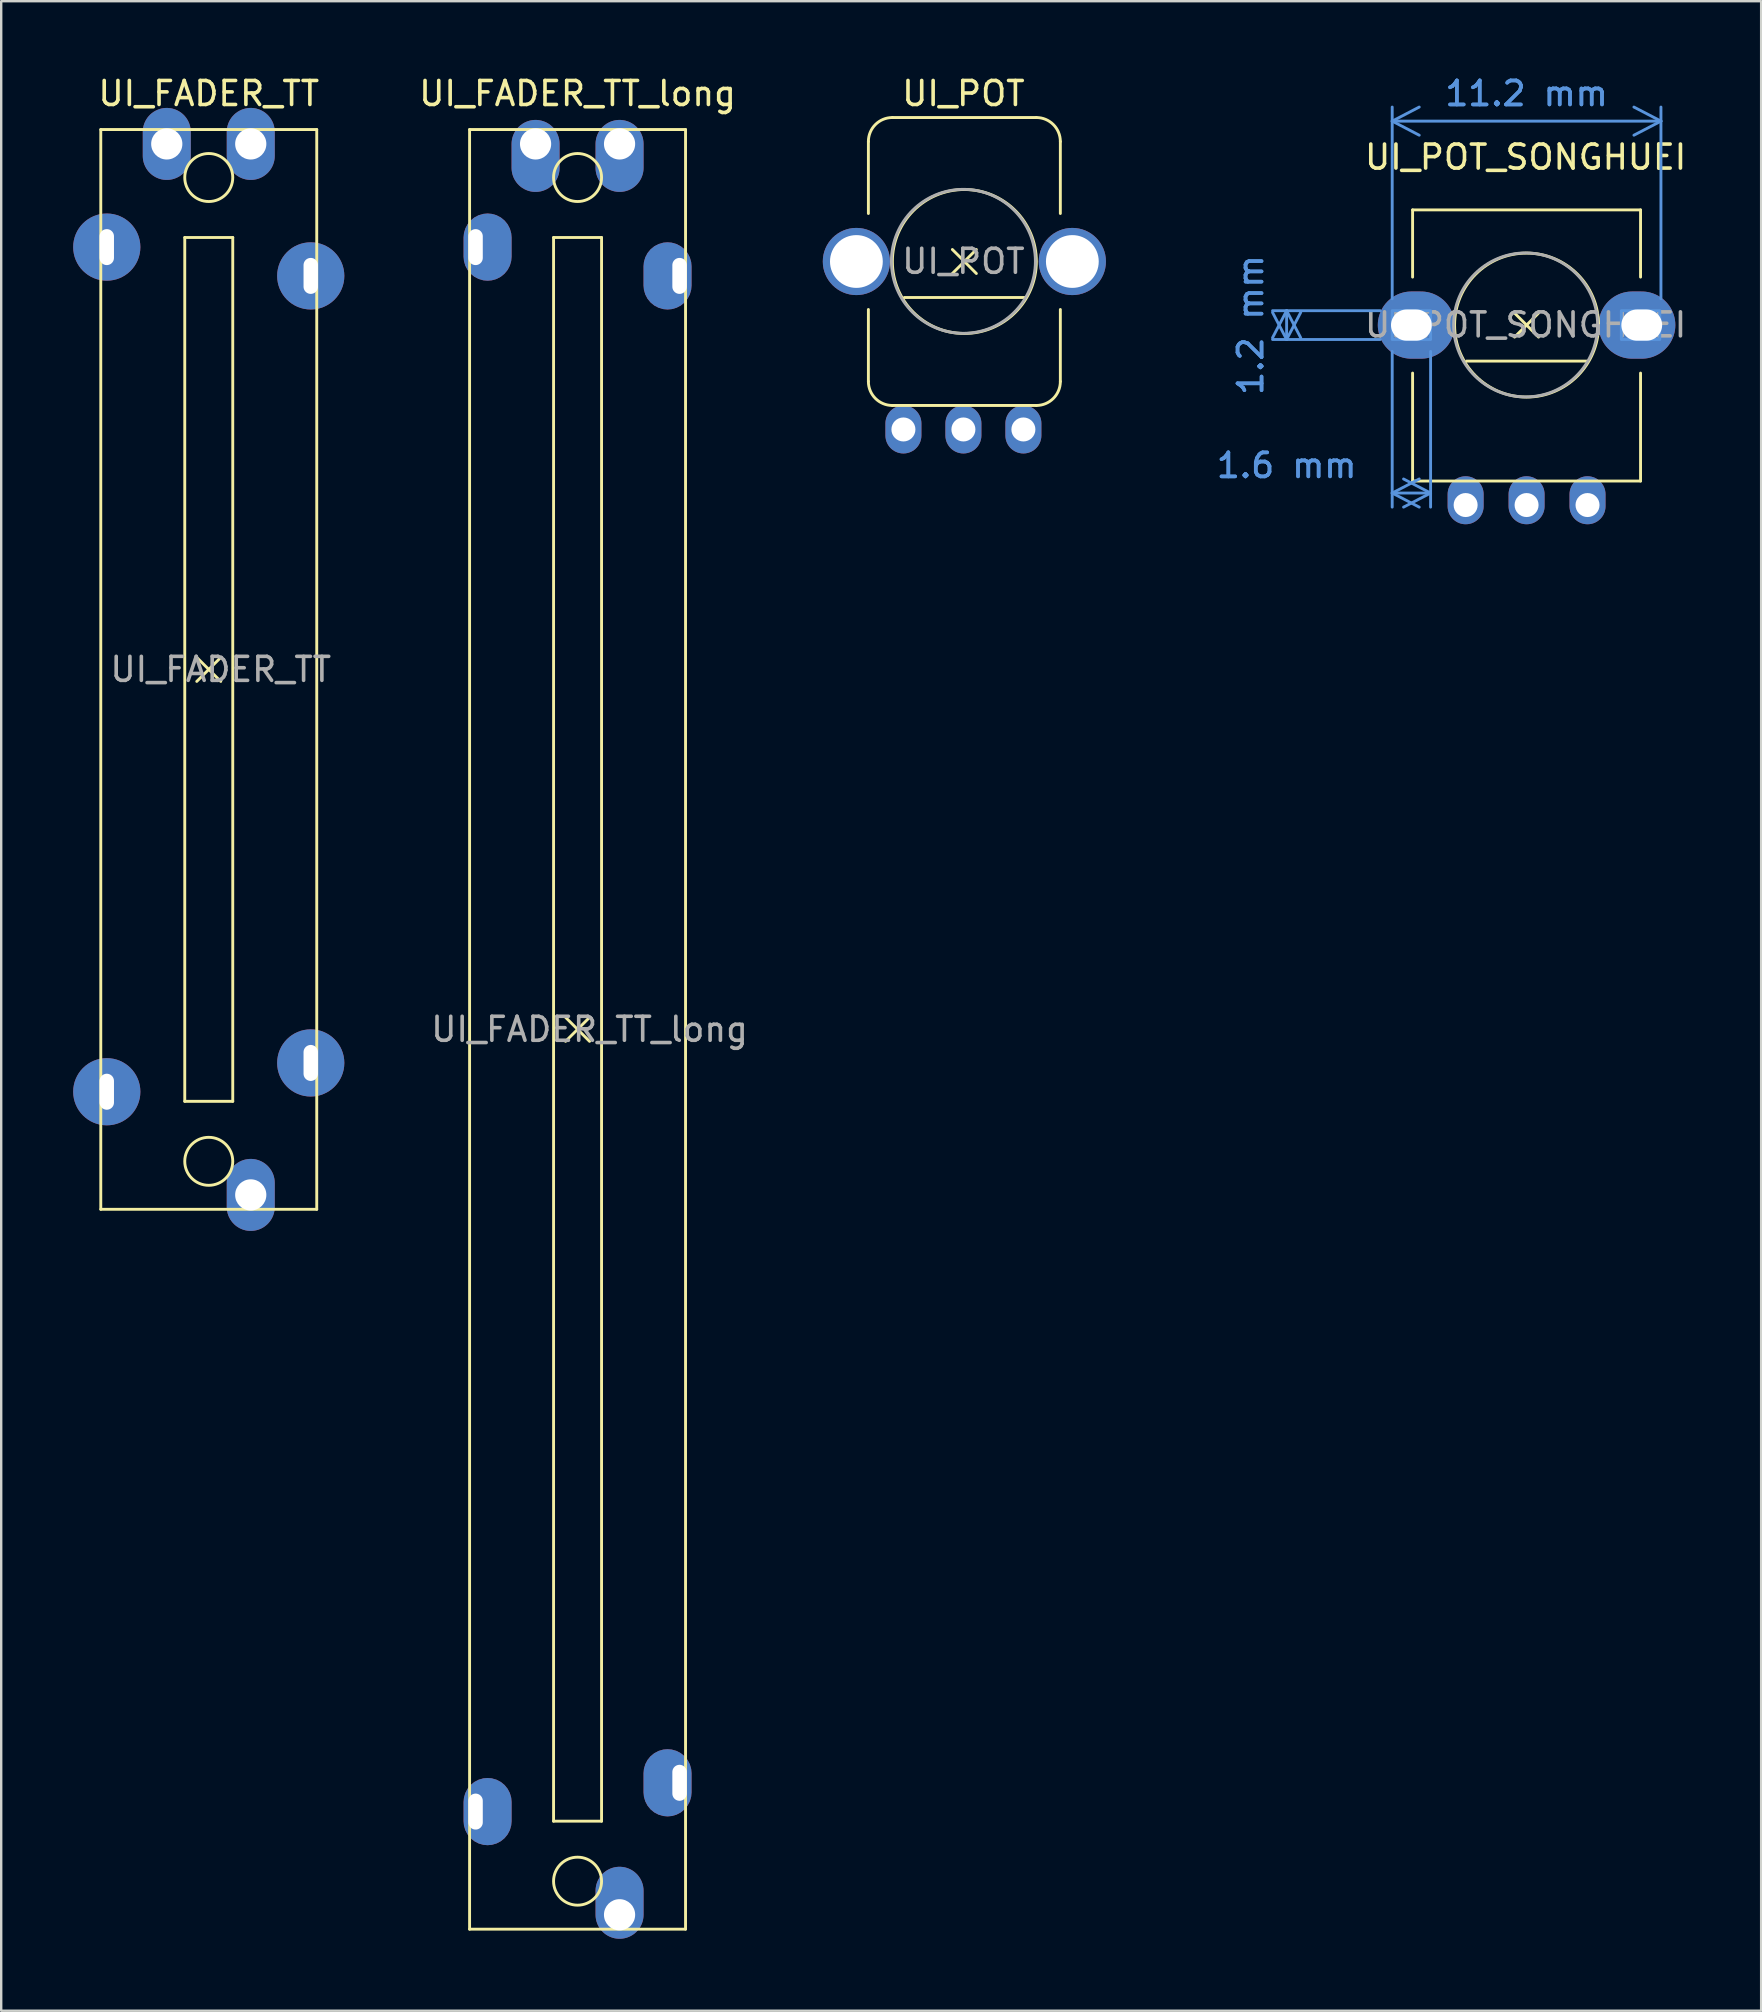
<source format=kicad_pcb>
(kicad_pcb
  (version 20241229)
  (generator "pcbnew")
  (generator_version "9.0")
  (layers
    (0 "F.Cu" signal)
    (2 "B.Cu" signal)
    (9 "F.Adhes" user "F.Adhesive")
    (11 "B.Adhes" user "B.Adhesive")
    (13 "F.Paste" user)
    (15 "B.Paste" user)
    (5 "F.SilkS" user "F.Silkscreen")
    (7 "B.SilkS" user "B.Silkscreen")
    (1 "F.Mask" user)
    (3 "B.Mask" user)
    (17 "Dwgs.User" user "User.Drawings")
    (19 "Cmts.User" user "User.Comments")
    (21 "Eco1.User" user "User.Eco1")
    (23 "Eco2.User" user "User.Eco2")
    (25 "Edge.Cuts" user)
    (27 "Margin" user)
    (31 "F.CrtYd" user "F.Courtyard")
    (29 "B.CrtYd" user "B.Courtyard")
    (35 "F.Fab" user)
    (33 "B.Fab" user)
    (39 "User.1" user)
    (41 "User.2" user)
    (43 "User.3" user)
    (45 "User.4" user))
  (footprint "UI_POT"
    (layer "F.Cu")
    (at 37.14 7.848)
    (property "Reference" "UI_POT" (at -0.04 -7 0) (layer "F.SilkS") (effects (font (size 1 1) (thickness 0.15))))
    (attr through_hole)
    (fp_line (start -4 -5) (end -4 -2) (stroke (width 0.12) (type solid)) (layer "F.SilkS"))
    (fp_line (start -4 2) (end -4 5) (stroke (width 0.12) (type solid)) (layer "F.SilkS"))
    (fp_line (start -3 -6) (end 3 -6) (stroke (width 0.12) (type solid)) (layer "F.SilkS"))
    (fp_line (start -3 6) (end 3 6) (stroke (width 0.12) (type solid)) (layer "F.SilkS"))
    (fp_line (start -2.5 1.5) (end 2.5 1.5) (stroke (width 0.12) (type solid)) (layer "F.SilkS"))
    (fp_line (start -0.5 -0.5) (end 0.5 0.5) (stroke (width 0.12) (type solid)) (layer "F.SilkS"))
    (fp_line (start -0.5 0.5) (end 0.5 -0.5) (stroke (width 0.12) (type solid)) (layer "F.SilkS"))
    (fp_line (start 4 -2) (end 4 -5) (stroke (width 0.12) (type solid)) (layer "F.SilkS"))
    (fp_line (start 4 5) (end 4 2) (stroke (width 0.12) (type solid)) (layer "F.SilkS"))
    (fp_arc (start -4 -5) (mid -3.707107 -5.707107) (end -3 -6) (stroke (width 0.12) (type solid)) (layer "F.SilkS"))
    (fp_arc (start -3 6) (mid -3.707107 5.707107) (end -4 5) (stroke (width 0.12) (type solid)) (layer "F.SilkS"))
    (fp_arc (start 3 -6) (mid 3.707107 -5.707107) (end 4 -5) (stroke (width 0.12) (type solid)) (layer "F.SilkS"))
    (fp_arc (start 4 5) (mid 3.707107 5.707107) (end 3 6) (stroke (width 0.12) (type solid)) (layer "F.SilkS"))
    (fp_circle (center 0 0) (end 0 -3) (stroke (width 0.12) (type solid)) (fill no) (layer "F.SilkS"))
    (fp_circle (center -0.04 -0.007) (end 2.96 -0.007) (stroke (width 0.12) (type solid)) (fill no) (layer "F.Fab"))
    (fp_text user "${REFERENCE}" (at -0.04 -0.007 0) (layer "F.Fab") (effects (font (size 1 1) (thickness 0.15))))
    (pad "1" thru_hole oval (at -2.54 7) (size 1.5 2) (drill 1) (layers "*.Cu" "*.Mask"))
    (pad "2" thru_hole oval (at -0.04 7) (size 1.5 2) (drill 1) (layers "*.Cu" "*.Mask"))
    (pad "3" thru_hole oval (at 2.46 7) (size 1.5 2) (drill 1) (layers "*.Cu" "*.Mask"))
    (pad "4" thru_hole circle (at -4.5 0) (size 2.8 2.8) (drill 2.2) (layers "*.Cu" "*.Mask"))
    (pad "5" thru_hole circle (at 4.5 0) (size 2.8 2.8) (drill 2.2) (layers "*.Cu" "*.Mask")))
  (footprint "UI_POT_SONGHUEI"
    (layer "F.Cu")
    (at 60.57 10.498)
    (property "Reference" "UI_POT_SONGHUEI" (at -0.04 -7 0) (layer "F.SilkS") (effects (font (size 1 1) (thickness 0.15))))
    (attr through_hole)
    (fp_line (start -4.75 -4.8) (end -4.75 -2) (stroke (width 0.12) (type solid)) (layer "F.SilkS"))
    (fp_line (start -4.75 -4.8) (end 4.75 -4.8) (stroke (width 0.12) (type solid)) (layer "F.SilkS"))
    (fp_line (start -4.75 2) (end -4.75 6.5) (stroke (width 0.12) (type solid)) (layer "F.SilkS"))
    (fp_line (start -4.75 6.5) (end 4.75 6.5) (stroke (width 0.12) (type solid)) (layer "F.SilkS"))
    (fp_line (start -2.5 1.5) (end 2.5 1.5) (stroke (width 0.12) (type solid)) (layer "F.SilkS"))
    (fp_line (start -0.5 -0.5) (end 0.5 0.5) (stroke (width 0.12) (type solid)) (layer "F.SilkS"))
    (fp_line (start -0.5 0.5) (end 0.5 -0.5) (stroke (width 0.12) (type solid)) (layer "F.SilkS"))
    (fp_line (start 4.75 -4.8) (end 4.75 -2) (stroke (width 0.12) (type solid)) (layer "F.SilkS"))
    (fp_line (start 4.75 6.5) (end 4.75 2) (stroke (width 0.12) (type solid)) (layer "F.SilkS"))
    (fp_circle (center 0 0) (end 0 -3) (stroke (width 0.12) (type solid)) (fill no) (layer "F.SilkS"))
    (fp_rect (start -5.6 -0.6) (end -4 0.6) (stroke (width 0.12) (type default)) (fill no) (layer "Cmts.User"))
    (fp_rect (start 3.95 -0.6) (end 5.55 0.6) (stroke (width 0.12) (type default)) (fill no) (layer "Cmts.User"))
    (fp_circle (center -0.04 -0.007) (end 2.96 -0.007) (stroke (width 0.12) (type solid)) (fill no) (layer "F.Fab"))
    (fp_text user "${REFERENCE}" (at -0.04 -0.007 0) (layer "F.Fab") (effects (font (size 1 1) (thickness 0.15))))
    (dimension (type aligned) (layer "Cmts.User") (pts (xy 54.97 11.098) (xy 54.97 9.898)) (height -4.4) (format (prefix "") (suffix "") (units 3) (units_format 1) (precision 3) (suppress_zeroes yes)) (style (thickness 0.12) (arrow_length 1.27) (text_position_mode 2) (arrow_direction outward) (extension_height 0.586) (extension_offset 0.5) (keep_text_aligned yes)) (gr_text "1.2 mm" (at 49.07 10.498 90) (layer "Cmts.User") (effects (font (size 1 1) (thickness 0.15)))))
    (dimension (type aligned) (layer "Cmts.User") (pts (xy 54.97 11.098) (xy 56.57 11.098)) (height 6.4) (format (prefix "") (suffix "") (units 3) (units_format 1) (precision 4) (suppress_zeroes yes)) (style (thickness 0.12) (arrow_length 1.27) (text_position_mode 2) (arrow_direction outward) (extension_height 0.586) (extension_offset 0.5) (keep_text_aligned yes)) (gr_text "1.6 mm" (at 50.57 16.348 0) (layer "Cmts.User") (effects (font (size 1 1) (thickness 0.15)))))
    (dimension (type aligned) (layer "Cmts.User") (pts (xy 54.97 9.898) (xy 66.17 9.898)) (height -7.9) (format (prefix "") (suffix "") (units 3) (units_format 1) (precision 4) (suppress_zeroes yes)) (style (thickness 0.12) (arrow_length 1.27) (text_position_mode 0) (arrow_direction outward) (extension_height 0.586) (extension_offset 0.5) (keep_text_aligned yes)) (gr_text "11.2 mm" (at 60.57 0.848 0) (layer "Cmts.User") (effects (font (size 1 1) (thickness 0.15)))))
    (pad "1" thru_hole oval (at -2.54 7.5 180) (size 1.5 2) (drill 1 (offset 0 0.2)) (layers "*.Cu" "*.Mask"))
    (pad "2" thru_hole oval (at 0 7.5 180) (size 1.5 2) (drill 1 (offset 0 0.2)) (layers "*.Cu" "*.Mask"))
    (pad "3" thru_hole oval (at 2.54 7.5 180) (size 1.5 2) (drill 1 (offset 0 0.2)) (layers "*.Cu" "*.Mask"))
    (pad "4" thru_hole oval (at -4.8 0) (size 3.2 2.8) (drill oval 1.7 1.3 (offset 0.2 0)) (layers "*.Cu" "*.Mask"))
    (pad "5" thru_hole oval (at 4.8 0 180) (size 3.2 2.8) (drill oval 1.7 1.3 (offset 0.2 0)) (layers "*.Cu" "*.Mask")))
  (footprint "UI_FADER_TT_long"
    (layer "F.Cu")
    (at 21.02 39.848)
    (property "Reference" "UI_FADER_TT_long" (at 0 -39 0) (layer "F.SilkS") (effects (font (size 1 1) (thickness 0.15))))
    (attr through_hole)
    (fp_line (start -4.5 -37.5) (end 4.5 -37.5) (stroke (width 0.12) (type solid)) (layer "F.SilkS"))
    (fp_line (start -4.5 37.5) (end -4.5 -37.5) (stroke (width 0.12) (type solid)) (layer "F.SilkS"))
    (fp_line (start -1 -33) (end 1 -33) (stroke (width 0.12) (type solid)) (layer "F.SilkS"))
    (fp_line (start -1 33) (end -1 -33) (stroke (width 0.12) (type solid)) (layer "F.SilkS"))
    (fp_line (start -0.5 -0.5) (end 0.5 0.5) (stroke (width 0.12) (type solid)) (layer "F.SilkS"))
    (fp_line (start -0.5 0.5) (end 0.5 -0.5) (stroke (width 0.12) (type solid)) (layer "F.SilkS"))
    (fp_line (start 1 -33) (end 1 33) (stroke (width 0.12) (type solid)) (layer "F.SilkS"))
    (fp_line (start 1 33) (end -1 33) (stroke (width 0.12) (type solid)) (layer "F.SilkS"))
    (fp_line (start 4.5 -37.5) (end 4.5 37.5) (stroke (width 0.12) (type solid)) (layer "F.SilkS"))
    (fp_line (start 4.5 37.5) (end -4.5 37.5) (stroke (width 0.12) (type solid)) (layer "F.SilkS"))
    (fp_circle (center 0 -35.5) (end 0 -36.5) (stroke (width 0.12) (type solid)) (fill no) (layer "F.SilkS"))
    (fp_circle (center 0 35.5) (end 0 36.5) (stroke (width 0.12) (type solid)) (fill no) (layer "F.SilkS"))
    (fp_text user "${REFERENCE}" (at 0.5 0 0) (layer "F.Fab") (effects (font (size 1 1) (thickness 0.15))))
    (pad "1" thru_hole oval (at 1.75 -36.9) (size 2 3) (drill 1.3 (offset 0 0.5)) (layers "*.Cu" "*.Mask"))
    (pad "2" thru_hole oval (at -1.75 -36.9) (size 2 3) (drill 1.3 (offset 0 0.5)) (layers "*.Cu" "*.Mask"))
    (pad "3" thru_hole oval (at 1.75 36.9) (size 2 3) (drill 1.3 (offset 0 -0.5)) (layers "*.Cu" "*.Mask"))
    (pad "4" thru_hole roundrect (at 4.25 -31.4) (size 2 2.8) (drill oval 0.6 1.5 (offset -0.5 0)) (layers "*.Cu" "*.Mask") (roundrect_rratio 0.5))
    (pad "5" thru_hole roundrect (at -4.25 -32.6) (size 2 2.8) (drill oval 0.6 1.5 (offset 0.5 0)) (layers "*.Cu" "*.Mask") (roundrect_rratio 0.5))
    (pad "6" thru_hole roundrect (at 4.25 31.4) (size 2 2.8) (drill oval 0.6 1.5 (offset -0.5 0)) (layers "*.Cu" "*.Mask") (roundrect_rratio 0.5))
    (pad "7" thru_hole roundrect (at -4.25 32.6) (size 2 2.8) (drill oval 0.6 1.5 (offset 0.5 0)) (layers "*.Cu" "*.Mask") (roundrect_rratio 0.5)))
  (footprint "UI_FADER_TT"
    (layer "F.Cu")
    (at 5.65 24.848)
    (property "Reference" "UI_FADER_TT" (at 0 -24 0) (layer "F.SilkS") (effects (font (size 1 1) (thickness 0.15))))
    (attr through_hole)
    (fp_line (start -4.5 -22.5) (end 4.5 -22.5) (stroke (width 0.12) (type solid)) (layer "F.SilkS"))
    (fp_line (start -4.5 22.5) (end -4.5 -22.5) (stroke (width 0.12) (type solid)) (layer "F.SilkS"))
    (fp_line (start -1 -18) (end 1 -18) (stroke (width 0.12) (type solid)) (layer "F.SilkS"))
    (fp_line (start -1 18) (end -1 -18) (stroke (width 0.12) (type solid)) (layer "F.SilkS"))
    (fp_line (start -0.5 -0.5) (end 0.5 0.5) (stroke (width 0.12) (type solid)) (layer "F.SilkS"))
    (fp_line (start -0.5 0.5) (end 0.5 -0.5) (stroke (width 0.12) (type solid)) (layer "F.SilkS"))
    (fp_line (start 1 -18) (end 1 18) (stroke (width 0.12) (type solid)) (layer "F.SilkS"))
    (fp_line (start 1 18) (end -1 18) (stroke (width 0.12) (type solid)) (layer "F.SilkS"))
    (fp_line (start 4.5 -22.5) (end 4.5 22.5) (stroke (width 0.12) (type solid)) (layer "F.SilkS"))
    (fp_line (start 4.5 22.5) (end -4.5 22.5) (stroke (width 0.12) (type solid)) (layer "F.SilkS"))
    (fp_circle (center 0 -20.5) (end 0 -21.5) (stroke (width 0.12) (type solid)) (fill no) (layer "F.SilkS"))
    (fp_circle (center 0 20.5) (end 0 21.5) (stroke (width 0.12) (type solid)) (fill no) (layer "F.SilkS"))
    (fp_text user "${REFERENCE}" (at 0.5 0 0) (layer "F.Fab") (effects (font (size 1 1) (thickness 0.15))))
    (pad "1" thru_hole oval (at 1.75 -21.9) (size 2 3) (drill 1.3) (layers "*.Cu" "*.Mask"))
    (pad "2" thru_hole oval (at -1.75 -21.9) (size 2 3) (drill 1.3) (layers "*.Cu" "*.Mask"))
    (pad "3" thru_hole oval (at 1.75 21.9) (size 2 3) (drill 1.3) (layers "*.Cu" "*.Mask"))
    (pad "4" thru_hole circle (at 4.25 -16.4) (size 2.8 2.8) (drill oval 0.6 1.5) (layers "*.Cu" "*.Mask"))
    (pad "5" thru_hole circle (at -4.25 -17.6) (size 2.8 2.8) (drill oval 0.6 1.5) (layers "*.Cu" "*.Mask"))
    (pad "6" thru_hole circle (at 4.25 16.4) (size 2.8 2.8) (drill oval 0.6 1.5) (layers "*.Cu" "*.Mask"))
    (pad "7" thru_hole circle (at -4.25 17.6) (size 2.8 2.8) (drill oval 0.6 1.5) (layers "*.Cu" "*.Mask")))
  (gr_rect
    (start -3 -3)
    (end 70.346 80.748)
    (stroke (width 0.1) (type default))
    (fill no)
    (layer "Edge.Cuts")))
</source>
